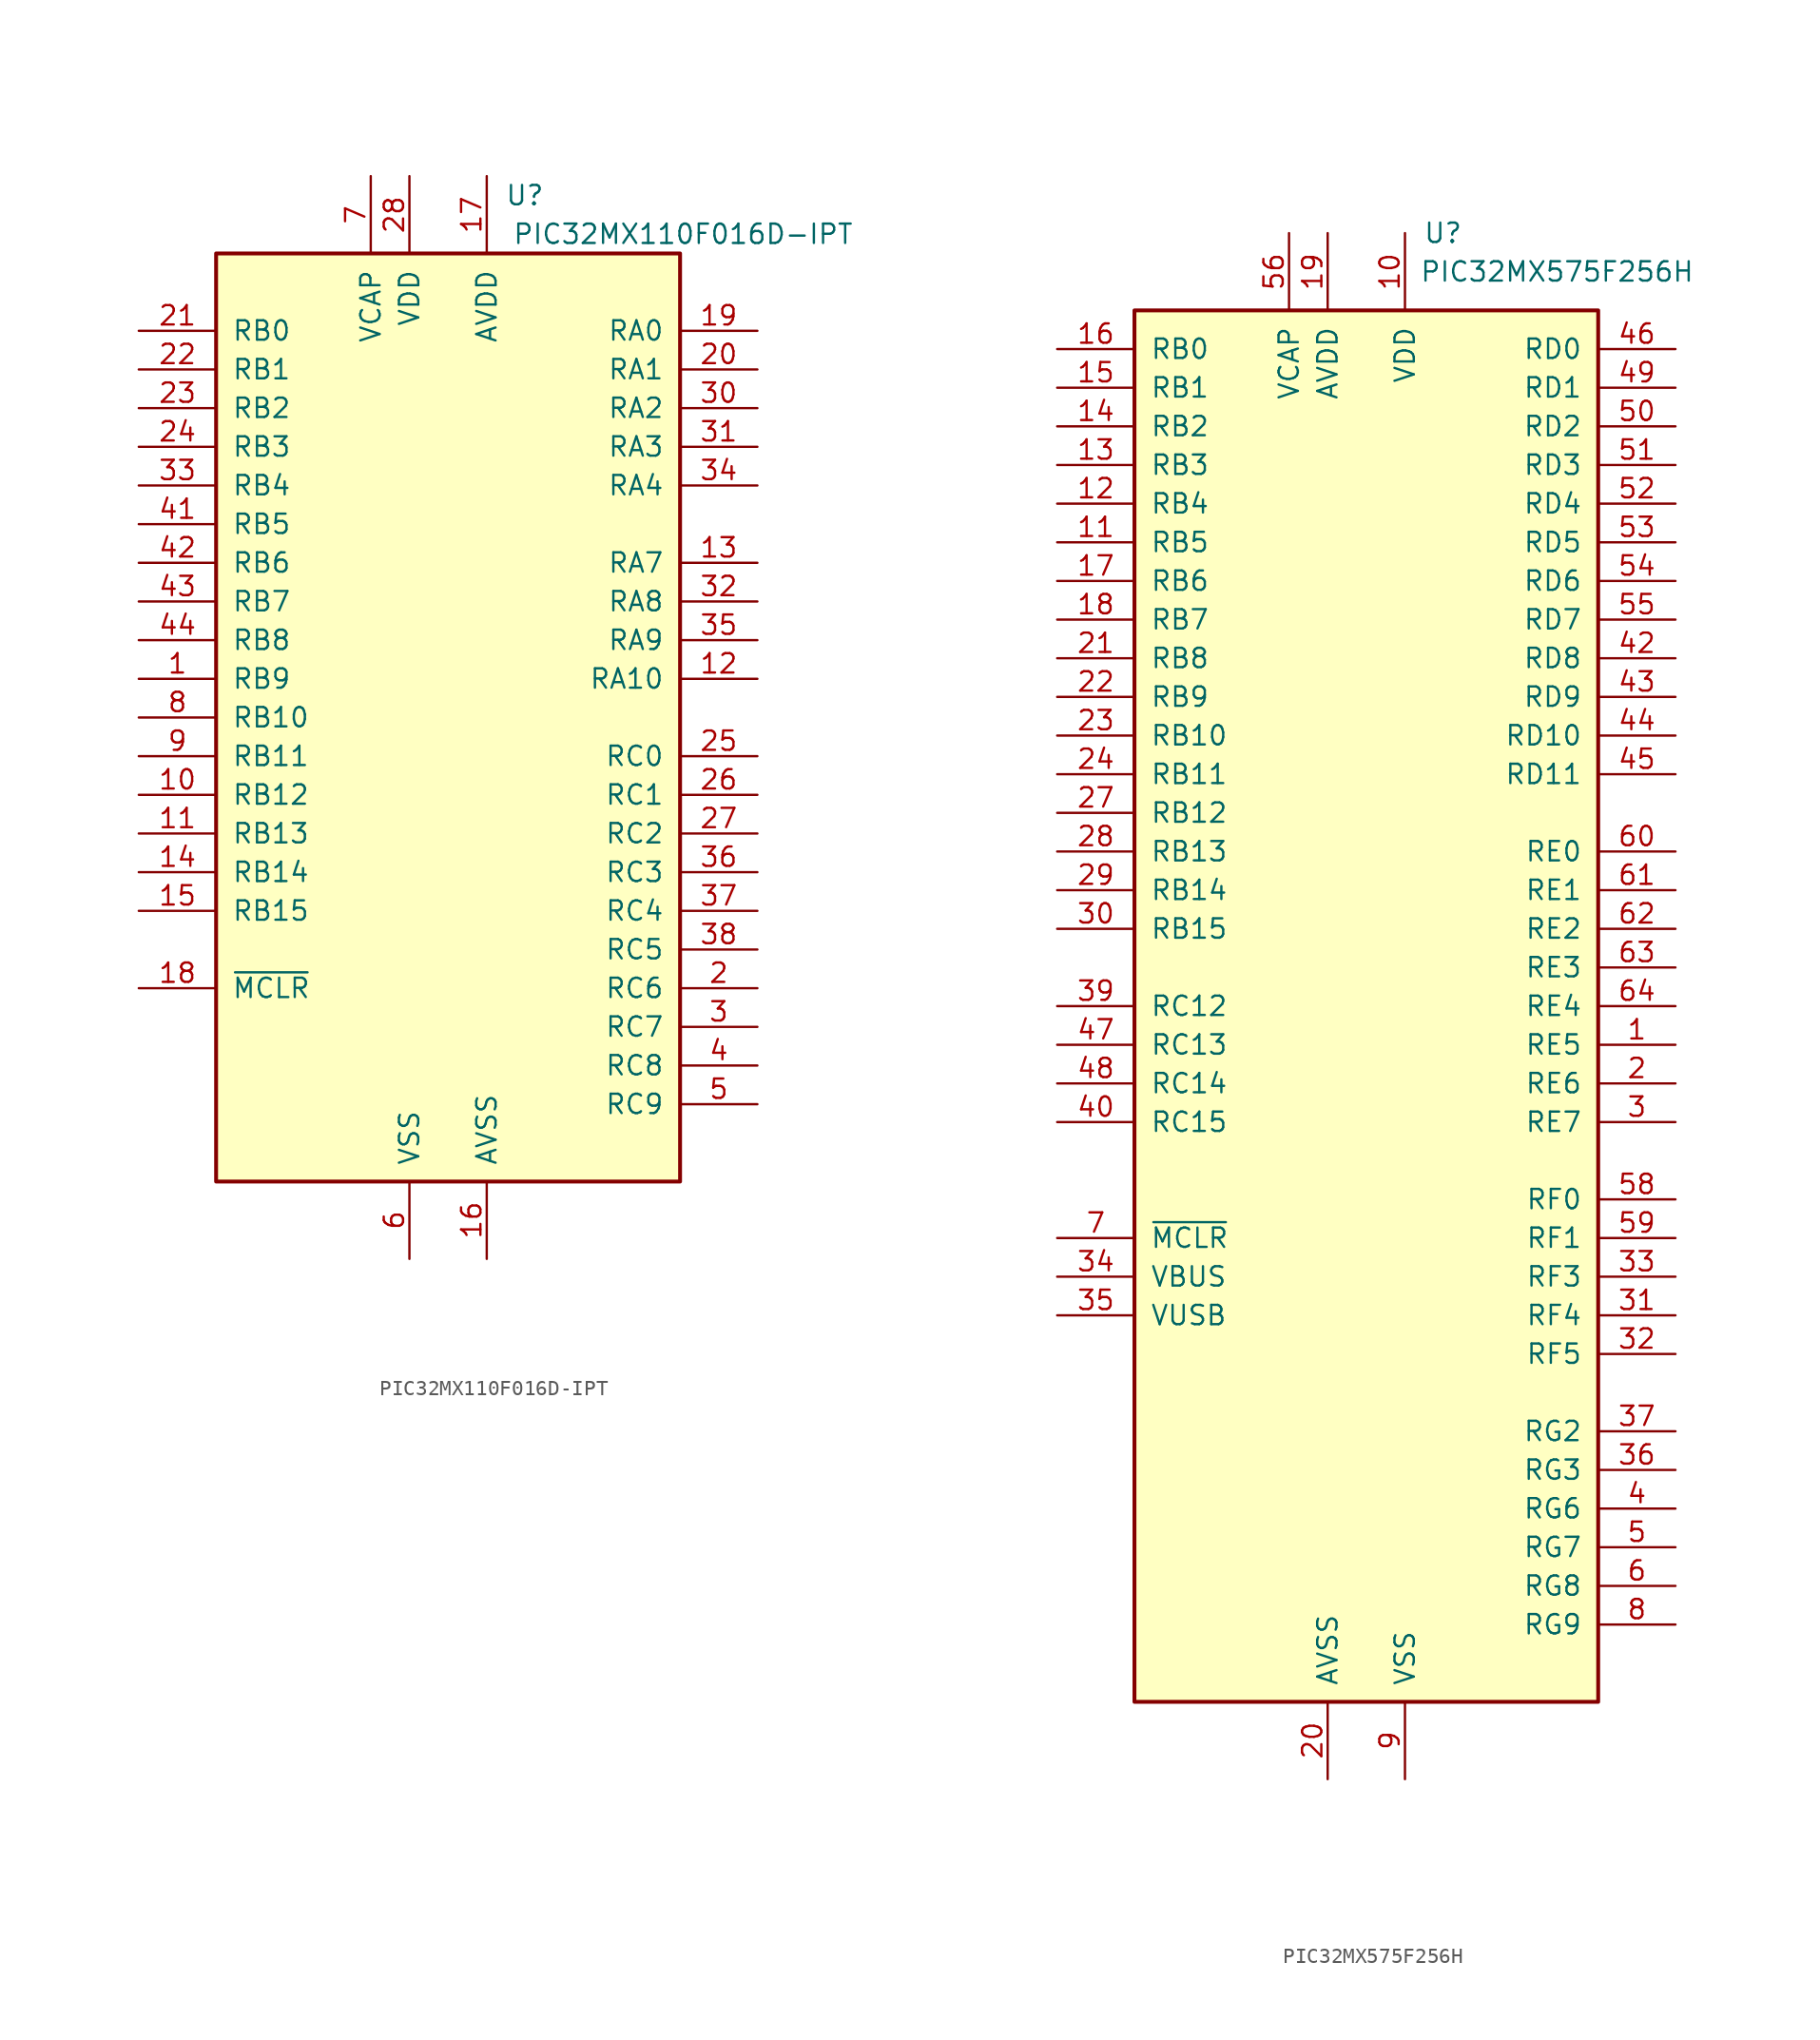
<source format=kicad_sym>
(kicad_symbol_lib
  (version 20220914)
  (generator kicad_symbol_editor)
  (symbol "PIC32MX110F016D-IPT"
    (pin_names
      (offset 1.016))
    (property "Reference" "U"
      (at 6.35 34.29 0)
      (effects (font (size 1.27 1.27)) (justify right)))
    (property "Value" "PIC32MX110F016D-IPT"
      (at 26.67 31.75 0)
      (effects (font (size 1.27 1.27)) (justify right)))
    (symbol "PIC32MX110F016D-IPT_0_1"
      (rectangle (start -15.24 30.48) (end 15.24 -30.48) (stroke (width 0.254) (type default)) (fill (type background))))
    (symbol "PIC32MX110F016D-IPT_1_1"
      (pin bidirectional line (at -20.32 2.54 0) (length 5.08) (name "RB9" (effects (font (size 1.27 1.27)))) (number "1" (effects (font (size 1.27 1.27)))))
      (pin bidirectional line (at -20.32 -5.08 0) (length 5.08) (name "RB12" (effects (font (size 1.27 1.27)))) (number "10" (effects (font (size 1.27 1.27)))))
      (pin bidirectional line (at -20.32 -7.62 0) (length 5.08) (name "RB13" (effects (font (size 1.27 1.27)))) (number "11" (effects (font (size 1.27 1.27)))))
      (pin bidirectional line (at 20.32 2.54 180) (length 5.08) (name "RA10" (effects (font (size 1.27 1.27)))) (number "12" (effects (font (size 1.27 1.27)))))
      (pin bidirectional line (at 20.32 10.16 180) (length 5.08) (name "RA7" (effects (font (size 1.27 1.27)))) (number "13" (effects (font (size 1.27 1.27)))))
      (pin bidirectional line (at -20.32 -10.16 0) (length 5.08) (name "RB14" (effects (font (size 1.27 1.27)))) (number "14" (effects (font (size 1.27 1.27)))))
      (pin bidirectional line (at -20.32 -12.7 0) (length 5.08) (name "RB15" (effects (font (size 1.27 1.27)))) (number "15" (effects (font (size 1.27 1.27)))))
      (pin power_in line (at 2.54 -35.56 90) (length 5.08) (name "AVSS" (effects (font (size 1.27 1.27)))) (number "16" (effects (font (size 1.27 1.27)))))
      (pin power_in line (at 2.54 35.56 270) (length 5.08) (name "AVDD" (effects (font (size 1.27 1.27)))) (number "17" (effects (font (size 1.27 1.27)))))
      (pin input line (at -20.32 -17.78 0) (length 5.08) (name "~{MCLR}" (effects (font (size 1.27 1.27)))) (number "18" (effects (font (size 1.27 1.27)))))
      (pin input line (at 20.32 25.4 180) (length 5.08) (name "RA0" (effects (font (size 1.27 1.27)))) (number "19" (effects (font (size 1.27 1.27)))))
      (pin bidirectional line (at 20.32 -17.78 180) (length 5.08) (name "RC6" (effects (font (size 1.27 1.27)))) (number "2" (effects (font (size 1.27 1.27)))))
      (pin input line (at 20.32 22.86 180) (length 5.08) (name "RA1" (effects (font (size 1.27 1.27)))) (number "20" (effects (font (size 1.27 1.27)))))
      (pin input line (at -20.32 25.4 0) (length 5.08) (name "RB0" (effects (font (size 1.27 1.27)))) (number "21" (effects (font (size 1.27 1.27)))))
      (pin input line (at -20.32 22.86 0) (length 5.08) (name "RB1" (effects (font (size 1.27 1.27)))) (number "22" (effects (font (size 1.27 1.27)))))
      (pin input line (at -20.32 20.32 0) (length 5.08) (name "RB2" (effects (font (size 1.27 1.27)))) (number "23" (effects (font (size 1.27 1.27)))))
      (pin input line (at -20.32 17.78 0) (length 5.08) (name "RB3" (effects (font (size 1.27 1.27)))) (number "24" (effects (font (size 1.27 1.27)))))
      (pin input line (at 20.32 -2.54 180) (length 5.08) (name "RC0" (effects (font (size 1.27 1.27)))) (number "25" (effects (font (size 1.27 1.27)))))
      (pin input line (at 20.32 -5.08 180) (length 5.08) (name "RC1" (effects (font (size 1.27 1.27)))) (number "26" (effects (font (size 1.27 1.27)))))
      (pin input line (at 20.32 -7.62 180) (length 5.08) (name "RC2" (effects (font (size 1.27 1.27)))) (number "27" (effects (font (size 1.27 1.27)))))
      (pin power_in line (at -2.54 35.56 270) (length 5.08) (name "VDD" (effects (font (size 1.27 1.27)))) (number "28" (effects (font (size 1.27 1.27)))))
      (pin passive line (at -2.54 -35.56 90) (length 5.08) hide (name "VSS" (effects (font (size 1.27 1.27)))) (number "29" (effects (font (size 1.27 1.27)))))
      (pin bidirectional line (at 20.32 -20.32 180) (length 5.08) (name "RC7" (effects (font (size 1.27 1.27)))) (number "3" (effects (font (size 1.27 1.27)))))
      (pin input line (at 20.32 20.32 180) (length 5.08) (name "RA2" (effects (font (size 1.27 1.27)))) (number "30" (effects (font (size 1.27 1.27)))))
      (pin input line (at 20.32 17.78 180) (length 5.08) (name "RA3" (effects (font (size 1.27 1.27)))) (number "31" (effects (font (size 1.27 1.27)))))
      (pin input line (at 20.32 7.62 180) (length 5.08) (name "RA8" (effects (font (size 1.27 1.27)))) (number "32" (effects (font (size 1.27 1.27)))))
      (pin input line (at -20.32 15.24 0) (length 5.08) (name "RB4" (effects (font (size 1.27 1.27)))) (number "33" (effects (font (size 1.27 1.27)))))
      (pin input line (at 20.32 15.24 180) (length 5.08) (name "RA4" (effects (font (size 1.27 1.27)))) (number "34" (effects (font (size 1.27 1.27)))))
      (pin input line (at 20.32 5.08 180) (length 5.08) (name "RA9" (effects (font (size 1.27 1.27)))) (number "35" (effects (font (size 1.27 1.27)))))
      (pin input line (at 20.32 -10.16 180) (length 5.08) (name "RC3" (effects (font (size 1.27 1.27)))) (number "36" (effects (font (size 1.27 1.27)))))
      (pin input line (at 20.32 -12.7 180) (length 5.08) (name "RC4" (effects (font (size 1.27 1.27)))) (number "37" (effects (font (size 1.27 1.27)))))
      (pin input line (at 20.32 -15.24 180) (length 5.08) (name "RC5" (effects (font (size 1.27 1.27)))) (number "38" (effects (font (size 1.27 1.27)))))
      (pin passive line (at -2.54 -35.56 90) (length 5.08) hide (name "VSS" (effects (font (size 1.27 1.27)))) (number "39" (effects (font (size 1.27 1.27)))))
      (pin bidirectional line (at 20.32 -22.86 180) (length 5.08) (name "RC8" (effects (font (size 1.27 1.27)))) (number "4" (effects (font (size 1.27 1.27)))))
      (pin passive line (at -2.54 35.56 270) (length 5.08) hide (name "VDD" (effects (font (size 1.27 1.27)))) (number "40" (effects (font (size 1.27 1.27)))))
      (pin input line (at -20.32 12.7 0) (length 5.08) (name "RB5" (effects (font (size 1.27 1.27)))) (number "41" (effects (font (size 1.27 1.27)))))
      (pin input line (at -20.32 10.16 0) (length 5.08) (name "RB6" (effects (font (size 1.27 1.27)))) (number "42" (effects (font (size 1.27 1.27)))))
      (pin input line (at -20.32 7.62 0) (length 5.08) (name "RB7" (effects (font (size 1.27 1.27)))) (number "43" (effects (font (size 1.27 1.27)))))
      (pin input line (at -20.32 5.08 0) (length 5.08) (name "RB8" (effects (font (size 1.27 1.27)))) (number "44" (effects (font (size 1.27 1.27)))))
      (pin bidirectional line (at 20.32 -25.4 180) (length 5.08) (name "RC9" (effects (font (size 1.27 1.27)))) (number "5" (effects (font (size 1.27 1.27)))))
      (pin power_in line (at -2.54 -35.56 90) (length 5.08) (name "VSS" (effects (font (size 1.27 1.27)))) (number "6" (effects (font (size 1.27 1.27)))))
      (pin power_in line (at -5.08 35.56 270) (length 5.08) (name "VCAP" (effects (font (size 1.27 1.27)))) (number "7" (effects (font (size 1.27 1.27)))))
      (pin bidirectional line (at -20.32 0 0) (length 5.08) (name "RB10" (effects (font (size 1.27 1.27)))) (number "8" (effects (font (size 1.27 1.27)))))
      (pin bidirectional line (at -20.32 -2.54 0) (length 5.08) (name "RB11" (effects (font (size 1.27 1.27)))) (number "9" (effects (font (size 1.27 1.27)))))))
  (symbol "PIC32MX575F256H"
    (pin_names
      (offset 1.016))
    (property "Reference" "U"
      (at 6.35 50.8 0)
      (effects (font (size 1.27 1.27)) (justify right)))
    (property "Value" "PIC32MX575F256H"
      (at 21.59 48.26 0)
      (effects (font (size 1.27 1.27)) (justify right)))
    (symbol "PIC32MX575F256H_0_1"
      (rectangle (start -15.24 45.72) (end 15.24 -45.72) (stroke (width 0.254) (type default)) (fill (type background))))
    (symbol "PIC32MX575F256H_1_1"
      (pin bidirectional line (at 20.32 -2.54 180) (length 5.08) (name "RE5" (effects (font (size 1.27 1.27)))) (number "1" (effects (font (size 1.27 1.27)))))
      (pin power_in line (at 2.54 50.8 270) (length 5.08) (name "VDD" (effects (font (size 1.27 1.27)))) (number "10" (effects (font (size 1.27 1.27)))))
      (pin bidirectional line (at -20.32 30.48 0) (length 5.08) (name "RB5" (effects (font (size 1.27 1.27)))) (number "11" (effects (font (size 1.27 1.27)))))
      (pin bidirectional line (at -20.32 33.02 0) (length 5.08) (name "RB4" (effects (font (size 1.27 1.27)))) (number "12" (effects (font (size 1.27 1.27)))))
      (pin bidirectional line (at -20.32 35.56 0) (length 5.08) (name "RB3" (effects (font (size 1.27 1.27)))) (number "13" (effects (font (size 1.27 1.27)))))
      (pin bidirectional line (at -20.32 38.1 0) (length 5.08) (name "RB2" (effects (font (size 1.27 1.27)))) (number "14" (effects (font (size 1.27 1.27)))))
      (pin bidirectional line (at -20.32 40.64 0) (length 5.08) (name "RB1" (effects (font (size 1.27 1.27)))) (number "15" (effects (font (size 1.27 1.27)))))
      (pin bidirectional line (at -20.32 43.18 0) (length 5.08) (name "RB0" (effects (font (size 1.27 1.27)))) (number "16" (effects (font (size 1.27 1.27)))))
      (pin bidirectional line (at -20.32 27.94 0) (length 5.08) (name "RB6" (effects (font (size 1.27 1.27)))) (number "17" (effects (font (size 1.27 1.27)))))
      (pin bidirectional line (at -20.32 25.4 0) (length 5.08) (name "RB7" (effects (font (size 1.27 1.27)))) (number "18" (effects (font (size 1.27 1.27)))))
      (pin power_in line (at -2.54 50.8 270) (length 5.08) (name "AVDD" (effects (font (size 1.27 1.27)))) (number "19" (effects (font (size 1.27 1.27)))))
      (pin bidirectional line (at 20.32 -5.08 180) (length 5.08) (name "RE6" (effects (font (size 1.27 1.27)))) (number "2" (effects (font (size 1.27 1.27)))))
      (pin power_in line (at -2.54 -50.8 90) (length 5.08) (name "AVSS" (effects (font (size 1.27 1.27)))) (number "20" (effects (font (size 1.27 1.27)))))
      (pin bidirectional line (at -20.32 22.86 0) (length 5.08) (name "RB8" (effects (font (size 1.27 1.27)))) (number "21" (effects (font (size 1.27 1.27)))))
      (pin bidirectional line (at -20.32 20.32 0) (length 5.08) (name "RB9" (effects (font (size 1.27 1.27)))) (number "22" (effects (font (size 1.27 1.27)))))
      (pin bidirectional line (at -20.32 17.78 0) (length 5.08) (name "RB10" (effects (font (size 1.27 1.27)))) (number "23" (effects (font (size 1.27 1.27)))))
      (pin bidirectional line (at -20.32 15.24 0) (length 5.08) (name "RB11" (effects (font (size 1.27 1.27)))) (number "24" (effects (font (size 1.27 1.27)))))
      (pin passive line (at 2.54 -50.8 90) (length 5.08) hide (name "VSS" (effects (font (size 1.27 1.27)))) (number "25" (effects (font (size 1.27 1.27)))))
      (pin passive line (at 2.54 50.8 270) (length 5.08) hide (name "VDD" (effects (font (size 1.27 1.27)))) (number "26" (effects (font (size 1.27 1.27)))))
      (pin bidirectional line (at -20.32 12.7 0) (length 5.08) (name "RB12" (effects (font (size 1.27 1.27)))) (number "27" (effects (font (size 1.27 1.27)))))
      (pin bidirectional line (at -20.32 10.16 0) (length 5.08) (name "RB13" (effects (font (size 1.27 1.27)))) (number "28" (effects (font (size 1.27 1.27)))))
      (pin bidirectional line (at -20.32 7.62 0) (length 5.08) (name "RB14" (effects (font (size 1.27 1.27)))) (number "29" (effects (font (size 1.27 1.27)))))
      (pin bidirectional line (at 20.32 -7.62 180) (length 5.08) (name "RE7" (effects (font (size 1.27 1.27)))) (number "3" (effects (font (size 1.27 1.27)))))
      (pin bidirectional line (at -20.32 5.08 0) (length 5.08) (name "RB15" (effects (font (size 1.27 1.27)))) (number "30" (effects (font (size 1.27 1.27)))))
      (pin bidirectional line (at 20.32 -20.32 180) (length 5.08) (name "RF4" (effects (font (size 1.27 1.27)))) (number "31" (effects (font (size 1.27 1.27)))))
      (pin bidirectional line (at 20.32 -22.86 180) (length 5.08) (name "RF5" (effects (font (size 1.27 1.27)))) (number "32" (effects (font (size 1.27 1.27)))))
      (pin bidirectional line (at 20.32 -17.78 180) (length 5.08) (name "RF3" (effects (font (size 1.27 1.27)))) (number "33" (effects (font (size 1.27 1.27)))))
      (pin input line (at -20.32 -17.78 0) (length 5.08) (name "VBUS" (effects (font (size 1.27 1.27)))) (number "34" (effects (font (size 1.27 1.27)))))
      (pin power_in line (at -20.32 -20.32 0) (length 5.08) (name "VUSB" (effects (font (size 1.27 1.27)))) (number "35" (effects (font (size 1.27 1.27)))))
      (pin bidirectional line (at 20.32 -30.48 180) (length 5.08) (name "RG3" (effects (font (size 1.27 1.27)))) (number "36" (effects (font (size 1.27 1.27)))))
      (pin bidirectional line (at 20.32 -27.94 180) (length 5.08) (name "RG2" (effects (font (size 1.27 1.27)))) (number "37" (effects (font (size 1.27 1.27)))))
      (pin passive line (at 2.54 50.8 270) (length 5.08) hide (name "VDD" (effects (font (size 1.27 1.27)))) (number "38" (effects (font (size 1.27 1.27)))))
      (pin bidirectional line (at -20.32 0 0) (length 5.08) (name "RC12" (effects (font (size 1.27 1.27)))) (number "39" (effects (font (size 1.27 1.27)))))
      (pin bidirectional line (at 20.32 -33.02 180) (length 5.08) (name "RG6" (effects (font (size 1.27 1.27)))) (number "4" (effects (font (size 1.27 1.27)))))
      (pin bidirectional line (at -20.32 -7.62 0) (length 5.08) (name "RC15" (effects (font (size 1.27 1.27)))) (number "40" (effects (font (size 1.27 1.27)))))
      (pin passive line (at 2.54 -50.8 90) (length 5.08) hide (name "VSS" (effects (font (size 1.27 1.27)))) (number "41" (effects (font (size 1.27 1.27)))))
      (pin bidirectional line (at 20.32 22.86 180) (length 5.08) (name "RD8" (effects (font (size 1.27 1.27)))) (number "42" (effects (font (size 1.27 1.27)))))
      (pin bidirectional line (at 20.32 20.32 180) (length 5.08) (name "RD9" (effects (font (size 1.27 1.27)))) (number "43" (effects (font (size 1.27 1.27)))))
      (pin bidirectional line (at 20.32 17.78 180) (length 5.08) (name "RD10" (effects (font (size 1.27 1.27)))) (number "44" (effects (font (size 1.27 1.27)))))
      (pin bidirectional line (at 20.32 15.24 180) (length 5.08) (name "RD11" (effects (font (size 1.27 1.27)))) (number "45" (effects (font (size 1.27 1.27)))))
      (pin bidirectional line (at 20.32 43.18 180) (length 5.08) (name "RD0" (effects (font (size 1.27 1.27)))) (number "46" (effects (font (size 1.27 1.27)))))
      (pin bidirectional line (at -20.32 -2.54 0) (length 5.08) (name "RC13" (effects (font (size 1.27 1.27)))) (number "47" (effects (font (size 1.27 1.27)))))
      (pin bidirectional line (at -20.32 -5.08 0) (length 5.08) (name "RC14" (effects (font (size 1.27 1.27)))) (number "48" (effects (font (size 1.27 1.27)))))
      (pin bidirectional line (at 20.32 40.64 180) (length 5.08) (name "RD1" (effects (font (size 1.27 1.27)))) (number "49" (effects (font (size 1.27 1.27)))))
      (pin bidirectional line (at 20.32 -35.56 180) (length 5.08) (name "RG7" (effects (font (size 1.27 1.27)))) (number "5" (effects (font (size 1.27 1.27)))))
      (pin bidirectional line (at 20.32 38.1 180) (length 5.08) (name "RD2" (effects (font (size 1.27 1.27)))) (number "50" (effects (font (size 1.27 1.27)))))
      (pin bidirectional line (at 20.32 35.56 180) (length 5.08) (name "RD3" (effects (font (size 1.27 1.27)))) (number "51" (effects (font (size 1.27 1.27)))))
      (pin bidirectional line (at 20.32 33.02 180) (length 5.08) (name "RD4" (effects (font (size 1.27 1.27)))) (number "52" (effects (font (size 1.27 1.27)))))
      (pin bidirectional line (at 20.32 30.48 180) (length 5.08) (name "RD5" (effects (font (size 1.27 1.27)))) (number "53" (effects (font (size 1.27 1.27)))))
      (pin bidirectional line (at 20.32 27.94 180) (length 5.08) (name "RD6" (effects (font (size 1.27 1.27)))) (number "54" (effects (font (size 1.27 1.27)))))
      (pin bidirectional line (at 20.32 25.4 180) (length 5.08) (name "RD7" (effects (font (size 1.27 1.27)))) (number "55" (effects (font (size 1.27 1.27)))))
      (pin power_out line (at -5.08 50.8 270) (length 5.08) (name "VCAP" (effects (font (size 1.27 1.27)))) (number "56" (effects (font (size 1.27 1.27)))))
      (pin passive line (at 2.54 50.8 270) (length 5.08) hide (name "VDD" (effects (font (size 1.27 1.27)))) (number "57" (effects (font (size 1.27 1.27)))))
      (pin bidirectional line (at 20.32 -12.7 180) (length 5.08) (name "RF0" (effects (font (size 1.27 1.27)))) (number "58" (effects (font (size 1.27 1.27)))))
      (pin bidirectional line (at 20.32 -15.24 180) (length 5.08) (name "RF1" (effects (font (size 1.27 1.27)))) (number "59" (effects (font (size 1.27 1.27)))))
      (pin bidirectional line (at 20.32 -38.1 180) (length 5.08) (name "RG8" (effects (font (size 1.27 1.27)))) (number "6" (effects (font (size 1.27 1.27)))))
      (pin bidirectional line (at 20.32 10.16 180) (length 5.08) (name "RE0" (effects (font (size 1.27 1.27)))) (number "60" (effects (font (size 1.27 1.27)))))
      (pin bidirectional line (at 20.32 7.62 180) (length 5.08) (name "RE1" (effects (font (size 1.27 1.27)))) (number "61" (effects (font (size 1.27 1.27)))))
      (pin bidirectional line (at 20.32 5.08 180) (length 5.08) (name "RE2" (effects (font (size 1.27 1.27)))) (number "62" (effects (font (size 1.27 1.27)))))
      (pin bidirectional line (at 20.32 2.54 180) (length 5.08) (name "RE3" (effects (font (size 1.27 1.27)))) (number "63" (effects (font (size 1.27 1.27)))))
      (pin bidirectional line (at 20.32 0 180) (length 5.08) (name "RE4" (effects (font (size 1.27 1.27)))) (number "64" (effects (font (size 1.27 1.27)))))
      (pin input line (at -20.32 -15.24 0) (length 5.08) (name "~{MCLR}" (effects (font (size 1.27 1.27)))) (number "7" (effects (font (size 1.27 1.27)))))
      (pin bidirectional line (at 20.32 -40.64 180) (length 5.08) (name "RG9" (effects (font (size 1.27 1.27)))) (number "8" (effects (font (size 1.27 1.27)))))
      (pin power_in line (at 2.54 -50.8 90) (length 5.08) (name "VSS" (effects (font (size 1.27 1.27)))) (number "9" (effects (font (size 1.27 1.27))))))))
</source>
